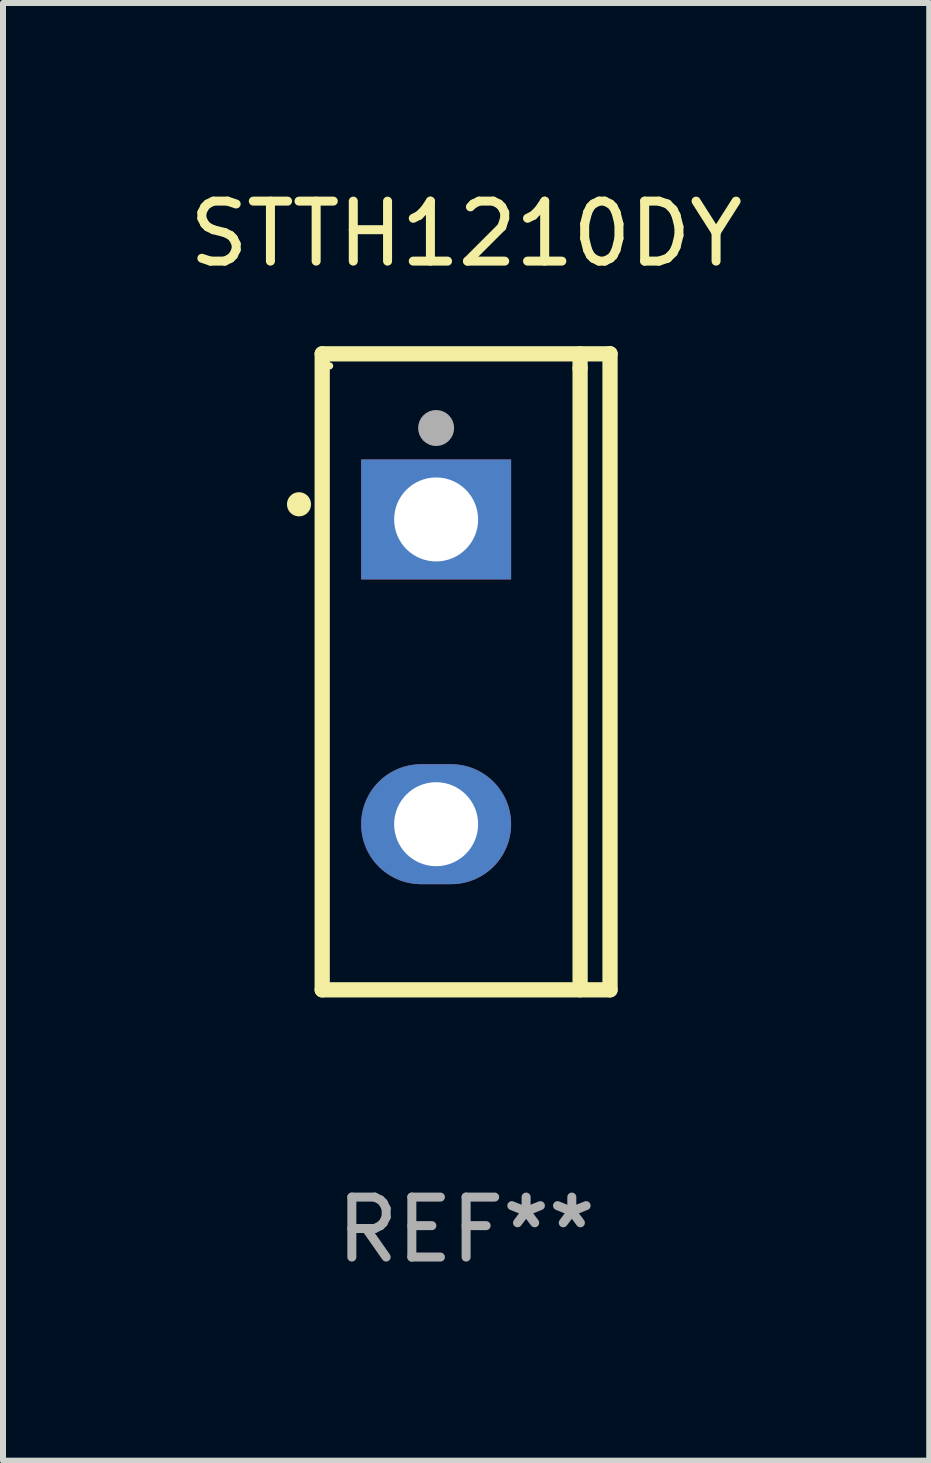
<source format=kicad_pcb>
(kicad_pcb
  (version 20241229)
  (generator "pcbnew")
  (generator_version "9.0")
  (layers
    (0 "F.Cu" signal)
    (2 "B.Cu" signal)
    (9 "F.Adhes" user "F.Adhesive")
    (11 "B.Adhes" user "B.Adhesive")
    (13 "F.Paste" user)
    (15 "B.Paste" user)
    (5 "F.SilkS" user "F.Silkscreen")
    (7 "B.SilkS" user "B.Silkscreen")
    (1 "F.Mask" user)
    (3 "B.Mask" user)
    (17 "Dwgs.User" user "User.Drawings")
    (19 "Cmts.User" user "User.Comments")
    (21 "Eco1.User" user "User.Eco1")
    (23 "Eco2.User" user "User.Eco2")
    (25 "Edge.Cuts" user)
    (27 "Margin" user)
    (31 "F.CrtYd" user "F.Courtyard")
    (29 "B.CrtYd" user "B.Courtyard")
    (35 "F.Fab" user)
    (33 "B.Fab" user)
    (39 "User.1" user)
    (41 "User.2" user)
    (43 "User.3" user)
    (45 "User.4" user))
  (footprint "STTH1210DY"
    (layer "F.Cu")
    (at 4.72 8.149)
    (property "Reference" "STTH1210DY" (at 0 -7.301 0) (layer "F.SilkS") (effects (font (size 1 1) (thickness 0.15))))
    (attr through_hole)
    (fp_line (start -2.399 -5.301) (end 2.394 -5.301) (stroke (width 0.254) (type solid)) (layer "F.SilkS"))
    (fp_line (start -2.399 5.301) (end -2.399 -5.301) (stroke (width 0.254) (type solid)) (layer "F.SilkS"))
    (fp_line (start 1.9 -5.061) (end 1.9 -5.3) (stroke (width 0.254) (type solid)) (layer "F.SilkS"))
    (fp_line (start 1.9 5.3) (end 1.9 -5.061) (stroke (width 0.254) (type solid)) (layer "F.SilkS"))
    (fp_line (start 2.394 -5.301) (end 2.399 -5.301) (stroke (width 0.254) (type solid)) (layer "F.SilkS"))
    (fp_line (start 2.399 -5.301) (end 2.399 5.301) (stroke (width 0.254) (type solid)) (layer "F.SilkS"))
    (fp_line (start 2.399 5.301) (end -2.399 5.301) (stroke (width 0.254) (type solid)) (layer "F.SilkS"))
    (fp_arc (start -2.786043 -2.791466) (mid -2.786047 -2.792736) (end -2.786043 -2.794006) (stroke (width 0.4) (type solid)) (layer "F.SilkS"))
    (fp_circle (center -2.275 -5.1) (end -2.245 -5.1) (stroke (width 0.06) (type solid)) (fill no) (layer "F.SilkS"))
    (fp_circle (center -0.5 -4.064) (end -0.35 -4.064) (stroke (width 0.3) (type solid)) (fill no) (layer "F.Fab"))
    (fp_text user "REF**" (at 0 9.301 0) (layer "F.Fab") (effects (font (size 1 1) (thickness 0.15))))
    (pad "1" thru_hole rect (at -0.5 -2.54 270) (size 2 2.5) (drill 1.4) (layers "*.Cu" "*.Mask"))
    (pad "3" thru_hole oval (at -0.5 2.54 270) (size 2 2.5) (drill 1.4) (layers "*.Cu" "*.Mask")))
  (gr_rect
    (start -3 -3)
    (end 12.44 21.299)
    (stroke (width 0.1) (type default))
    (fill no)
    (layer "Edge.Cuts")))
</source>
